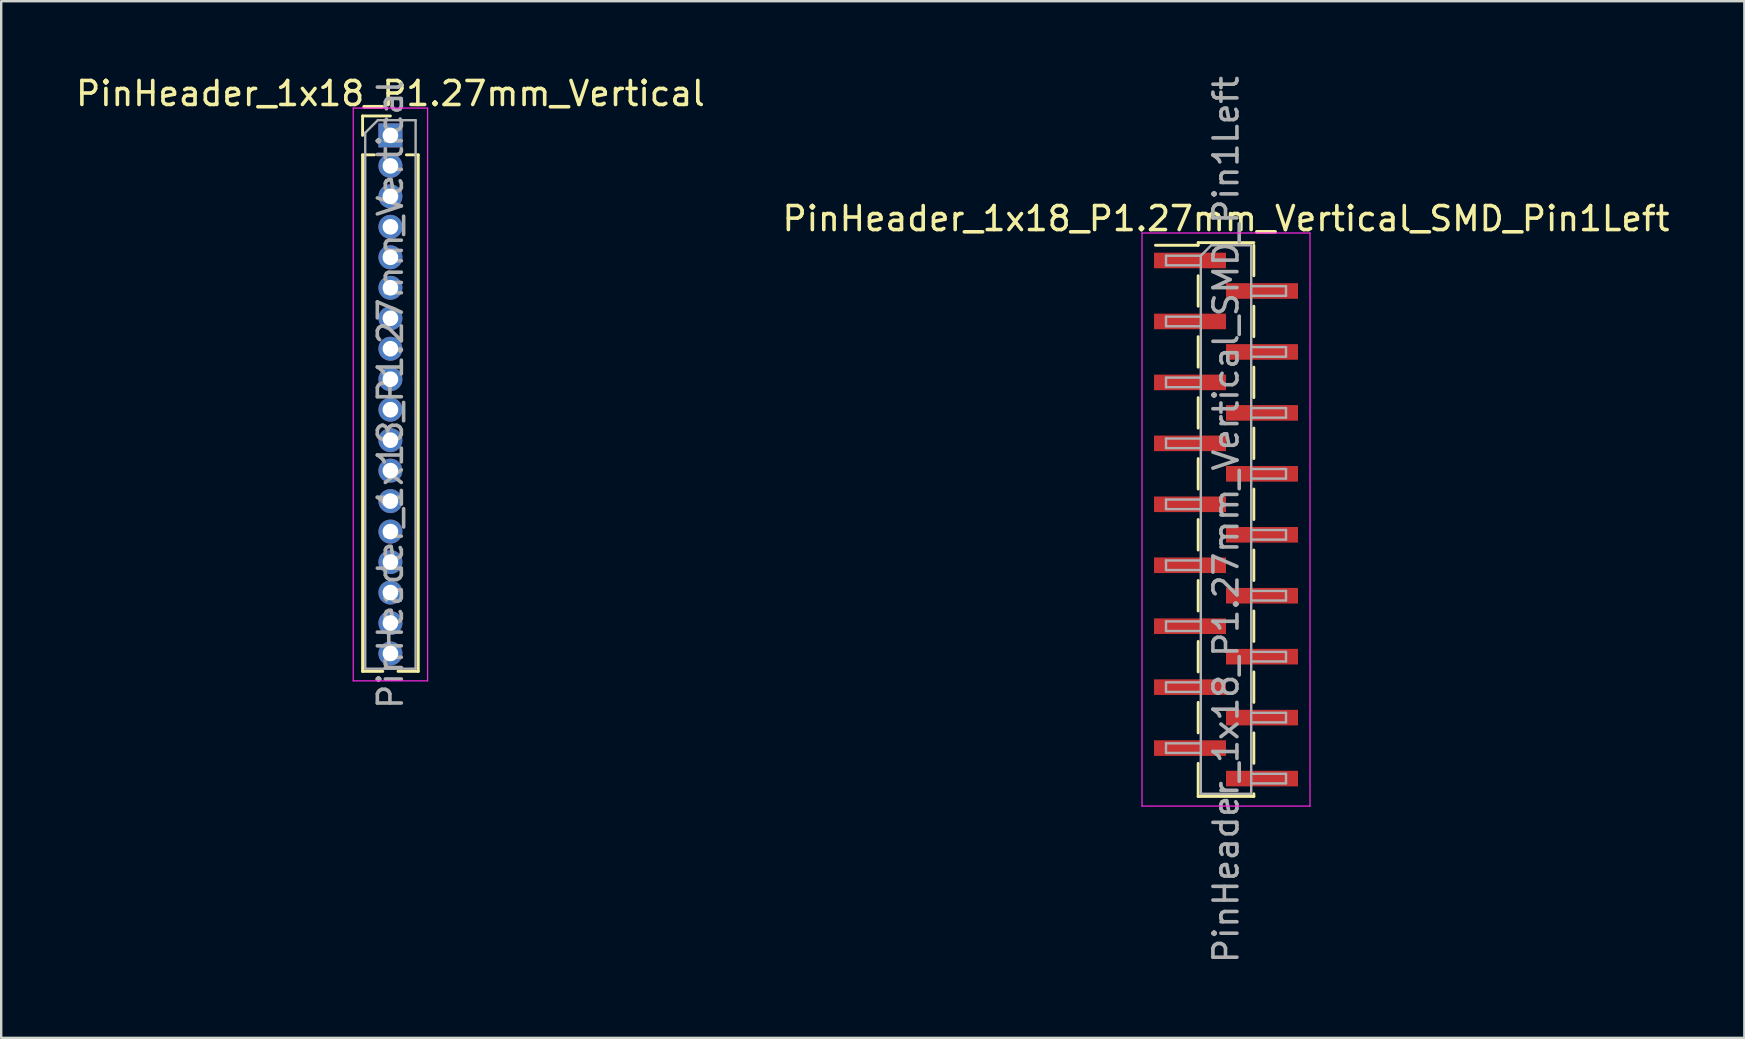
<source format=kicad_pcb>
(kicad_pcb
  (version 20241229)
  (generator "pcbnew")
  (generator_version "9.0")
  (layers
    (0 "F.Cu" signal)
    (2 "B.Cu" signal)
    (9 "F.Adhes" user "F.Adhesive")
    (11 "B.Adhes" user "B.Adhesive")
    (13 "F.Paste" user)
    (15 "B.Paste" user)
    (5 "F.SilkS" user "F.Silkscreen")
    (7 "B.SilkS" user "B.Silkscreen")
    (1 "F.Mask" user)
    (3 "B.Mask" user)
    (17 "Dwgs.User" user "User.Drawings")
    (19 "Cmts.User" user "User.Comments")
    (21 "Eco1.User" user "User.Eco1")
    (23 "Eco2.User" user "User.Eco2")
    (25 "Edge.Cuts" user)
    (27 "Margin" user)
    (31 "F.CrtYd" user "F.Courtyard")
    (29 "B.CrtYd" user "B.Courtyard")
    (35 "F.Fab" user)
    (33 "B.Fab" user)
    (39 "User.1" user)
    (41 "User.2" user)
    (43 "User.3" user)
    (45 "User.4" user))
  (footprint "PinHeader_1x18_P1.27mm_Vertical_SMD_Pin1Left"
    (layer "F.Cu")
    (at 48.042 18.601)
    (property "Reference" "PinHeader_1x18_P1.27mm_Vertical_SMD_Pin1Left" (at 0 -12.54 0) (layer "F.SilkS") (effects (font (size 1 1) (thickness 0.15))))
    (attr smd)
    (fp_line (start -1.16 -11.54) (end -1.16 -11.43) (stroke (width 0.12) (type solid)) (layer "F.SilkS"))
    (fp_line (start -1.16 -11.54) (end 1.16 -11.54) (stroke (width 0.12) (type solid)) (layer "F.SilkS"))
    (fp_line (start -1.16 -11.43) (end -2.94 -11.43) (stroke (width 0.12) (type solid)) (layer "F.SilkS"))
    (fp_line (start -1.16 -10.16) (end -1.16 -8.89) (stroke (width 0.12) (type solid)) (layer "F.SilkS"))
    (fp_line (start -1.16 -7.62) (end -1.16 -6.35) (stroke (width 0.12) (type solid)) (layer "F.SilkS"))
    (fp_line (start -1.16 -5.08) (end -1.16 -3.81) (stroke (width 0.12) (type solid)) (layer "F.SilkS"))
    (fp_line (start -1.16 -2.54) (end -1.16 -1.27) (stroke (width 0.12) (type solid)) (layer "F.SilkS"))
    (fp_line (start -1.16 0) (end -1.16 1.27) (stroke (width 0.12) (type solid)) (layer "F.SilkS"))
    (fp_line (start -1.16 2.54) (end -1.16 3.81) (stroke (width 0.12) (type solid)) (layer "F.SilkS"))
    (fp_line (start -1.16 5.08) (end -1.16 6.35) (stroke (width 0.12) (type solid)) (layer "F.SilkS"))
    (fp_line (start -1.16 7.62) (end -1.16 8.89) (stroke (width 0.12) (type solid)) (layer "F.SilkS"))
    (fp_line (start -1.16 10.16) (end -1.16 11.54) (stroke (width 0.12) (type solid)) (layer "F.SilkS"))
    (fp_line (start -1.16 11.54) (end 1.16 11.54) (stroke (width 0.12) (type solid)) (layer "F.SilkS"))
    (fp_line (start 1.16 -11.43) (end 1.16 -10.16) (stroke (width 0.12) (type solid)) (layer "F.SilkS"))
    (fp_line (start 1.16 -8.89) (end 1.16 -7.62) (stroke (width 0.12) (type solid)) (layer "F.SilkS"))
    (fp_line (start 1.16 -6.35) (end 1.16 -5.08) (stroke (width 0.12) (type solid)) (layer "F.SilkS"))
    (fp_line (start 1.16 -3.81) (end 1.16 -2.54) (stroke (width 0.12) (type solid)) (layer "F.SilkS"))
    (fp_line (start 1.16 -1.27) (end 1.16 0) (stroke (width 0.12) (type solid)) (layer "F.SilkS"))
    (fp_line (start 1.16 1.27) (end 1.16 2.54) (stroke (width 0.12) (type solid)) (layer "F.SilkS"))
    (fp_line (start 1.16 3.81) (end 1.16 5.08) (stroke (width 0.12) (type solid)) (layer "F.SilkS"))
    (fp_line (start 1.16 6.35) (end 1.16 7.62) (stroke (width 0.12) (type solid)) (layer "F.SilkS"))
    (fp_line (start 1.16 8.89) (end 1.16 10.16) (stroke (width 0.12) (type solid)) (layer "F.SilkS"))
    (fp_line (start 1.16 11.43) (end 1.16 11.54) (stroke (width 0.12) (type solid)) (layer "F.SilkS"))
    (fp_line (start -3.5 -11.94) (end -3.5 11.94) (stroke (width 0.05) (type solid)) (layer "F.CrtYd"))
    (fp_line (start -3.5 11.94) (end 3.5 11.94) (stroke (width 0.05) (type solid)) (layer "F.CrtYd"))
    (fp_line (start 3.5 -11.94) (end -3.5 -11.94) (stroke (width 0.05) (type solid)) (layer "F.CrtYd"))
    (fp_line (start 3.5 11.94) (end 3.5 -11.94) (stroke (width 0.05) (type solid)) (layer "F.CrtYd"))
    (fp_line (start -2.5 -10.995) (end -2.5 -10.595) (stroke (width 0.1) (type solid)) (layer "F.Fab"))
    (fp_line (start -2.5 -10.595) (end -1.05 -10.595) (stroke (width 0.1) (type solid)) (layer "F.Fab"))
    (fp_line (start -2.5 -8.455) (end -2.5 -8.055) (stroke (width 0.1) (type solid)) (layer "F.Fab"))
    (fp_line (start -2.5 -8.055) (end -1.05 -8.055) (stroke (width 0.1) (type solid)) (layer "F.Fab"))
    (fp_line (start -2.5 -5.915) (end -2.5 -5.515) (stroke (width 0.1) (type solid)) (layer "F.Fab"))
    (fp_line (start -2.5 -5.515) (end -1.05 -5.515) (stroke (width 0.1) (type solid)) (layer "F.Fab"))
    (fp_line (start -2.5 -3.375) (end -2.5 -2.975) (stroke (width 0.1) (type solid)) (layer "F.Fab"))
    (fp_line (start -2.5 -2.975) (end -1.05 -2.975) (stroke (width 0.1) (type solid)) (layer "F.Fab"))
    (fp_line (start -2.5 -0.835) (end -2.5 -0.435) (stroke (width 0.1) (type solid)) (layer "F.Fab"))
    (fp_line (start -2.5 -0.435) (end -1.05 -0.435) (stroke (width 0.1) (type solid)) (layer "F.Fab"))
    (fp_line (start -2.5 1.705) (end -2.5 2.105) (stroke (width 0.1) (type solid)) (layer "F.Fab"))
    (fp_line (start -2.5 2.105) (end -1.05 2.105) (stroke (width 0.1) (type solid)) (layer "F.Fab"))
    (fp_line (start -2.5 4.245) (end -2.5 4.645) (stroke (width 0.1) (type solid)) (layer "F.Fab"))
    (fp_line (start -2.5 4.645) (end -1.05 4.645) (stroke (width 0.1) (type solid)) (layer "F.Fab"))
    (fp_line (start -2.5 6.785) (end -2.5 7.185) (stroke (width 0.1) (type solid)) (layer "F.Fab"))
    (fp_line (start -2.5 7.185) (end -1.05 7.185) (stroke (width 0.1) (type solid)) (layer "F.Fab"))
    (fp_line (start -2.5 9.325) (end -2.5 9.725) (stroke (width 0.1) (type solid)) (layer "F.Fab"))
    (fp_line (start -2.5 9.725) (end -1.05 9.725) (stroke (width 0.1) (type solid)) (layer "F.Fab"))
    (fp_line (start -1.05 -10.995) (end -2.5 -10.995) (stroke (width 0.1) (type solid)) (layer "F.Fab"))
    (fp_line (start -1.05 -10.995) (end -0.615 -11.43) (stroke (width 0.1) (type solid)) (layer "F.Fab"))
    (fp_line (start -1.05 -8.455) (end -2.5 -8.455) (stroke (width 0.1) (type solid)) (layer "F.Fab"))
    (fp_line (start -1.05 -5.915) (end -2.5 -5.915) (stroke (width 0.1) (type solid)) (layer "F.Fab"))
    (fp_line (start -1.05 -3.375) (end -2.5 -3.375) (stroke (width 0.1) (type solid)) (layer "F.Fab"))
    (fp_line (start -1.05 -0.835) (end -2.5 -0.835) (stroke (width 0.1) (type solid)) (layer "F.Fab"))
    (fp_line (start -1.05 1.705) (end -2.5 1.705) (stroke (width 0.1) (type solid)) (layer "F.Fab"))
    (fp_line (start -1.05 4.245) (end -2.5 4.245) (stroke (width 0.1) (type solid)) (layer "F.Fab"))
    (fp_line (start -1.05 6.785) (end -2.5 6.785) (stroke (width 0.1) (type solid)) (layer "F.Fab"))
    (fp_line (start -1.05 9.325) (end -2.5 9.325) (stroke (width 0.1) (type solid)) (layer "F.Fab"))
    (fp_line (start -1.05 11.43) (end -1.05 -10.995) (stroke (width 0.1) (type solid)) (layer "F.Fab"))
    (fp_line (start -0.615 -11.43) (end 1.05 -11.43) (stroke (width 0.1) (type solid)) (layer "F.Fab"))
    (fp_line (start 1.05 -11.43) (end 1.05 11.43) (stroke (width 0.1) (type solid)) (layer "F.Fab"))
    (fp_line (start 1.05 -9.725) (end 2.5 -9.725) (stroke (width 0.1) (type solid)) (layer "F.Fab"))
    (fp_line (start 1.05 -7.185) (end 2.5 -7.185) (stroke (width 0.1) (type solid)) (layer "F.Fab"))
    (fp_line (start 1.05 -4.645) (end 2.5 -4.645) (stroke (width 0.1) (type solid)) (layer "F.Fab"))
    (fp_line (start 1.05 -2.105) (end 2.5 -2.105) (stroke (width 0.1) (type solid)) (layer "F.Fab"))
    (fp_line (start 1.05 0.435) (end 2.5 0.435) (stroke (width 0.1) (type solid)) (layer "F.Fab"))
    (fp_line (start 1.05 2.975) (end 2.5 2.975) (stroke (width 0.1) (type solid)) (layer "F.Fab"))
    (fp_line (start 1.05 5.515) (end 2.5 5.515) (stroke (width 0.1) (type solid)) (layer "F.Fab"))
    (fp_line (start 1.05 8.055) (end 2.5 8.055) (stroke (width 0.1) (type solid)) (layer "F.Fab"))
    (fp_line (start 1.05 10.595) (end 2.5 10.595) (stroke (width 0.1) (type solid)) (layer "F.Fab"))
    (fp_line (start 1.05 11.43) (end -1.05 11.43) (stroke (width 0.1) (type solid)) (layer "F.Fab"))
    (fp_line (start 2.5 -9.725) (end 2.5 -9.325) (stroke (width 0.1) (type solid)) (layer "F.Fab"))
    (fp_line (start 2.5 -9.325) (end 1.05 -9.325) (stroke (width 0.1) (type solid)) (layer "F.Fab"))
    (fp_line (start 2.5 -7.185) (end 2.5 -6.785) (stroke (width 0.1) (type solid)) (layer "F.Fab"))
    (fp_line (start 2.5 -6.785) (end 1.05 -6.785) (stroke (width 0.1) (type solid)) (layer "F.Fab"))
    (fp_line (start 2.5 -4.645) (end 2.5 -4.245) (stroke (width 0.1) (type solid)) (layer "F.Fab"))
    (fp_line (start 2.5 -4.245) (end 1.05 -4.245) (stroke (width 0.1) (type solid)) (layer "F.Fab"))
    (fp_line (start 2.5 -2.105) (end 2.5 -1.705) (stroke (width 0.1) (type solid)) (layer "F.Fab"))
    (fp_line (start 2.5 -1.705) (end 1.05 -1.705) (stroke (width 0.1) (type solid)) (layer "F.Fab"))
    (fp_line (start 2.5 0.435) (end 2.5 0.835) (stroke (width 0.1) (type solid)) (layer "F.Fab"))
    (fp_line (start 2.5 0.835) (end 1.05 0.835) (stroke (width 0.1) (type solid)) (layer "F.Fab"))
    (fp_line (start 2.5 2.975) (end 2.5 3.375) (stroke (width 0.1) (type solid)) (layer "F.Fab"))
    (fp_line (start 2.5 3.375) (end 1.05 3.375) (stroke (width 0.1) (type solid)) (layer "F.Fab"))
    (fp_line (start 2.5 5.515) (end 2.5 5.915) (stroke (width 0.1) (type solid)) (layer "F.Fab"))
    (fp_line (start 2.5 5.915) (end 1.05 5.915) (stroke (width 0.1) (type solid)) (layer "F.Fab"))
    (fp_line (start 2.5 8.055) (end 2.5 8.455) (stroke (width 0.1) (type solid)) (layer "F.Fab"))
    (fp_line (start 2.5 8.455) (end 1.05 8.455) (stroke (width 0.1) (type solid)) (layer "F.Fab"))
    (fp_line (start 2.5 10.595) (end 2.5 10.995) (stroke (width 0.1) (type solid)) (layer "F.Fab"))
    (fp_line (start 2.5 10.995) (end 1.05 10.995) (stroke (width 0.1) (type solid)) (layer "F.Fab"))
    (fp_text user "${REFERENCE}" (at 0 0 90) (layer "F.Fab") (effects (font (size 1 1) (thickness 0.15))))
    (pad "1" smd rect (at -1.5 -10.795) (size 3 0.65) (layers "F.Cu" "F.Mask" "F.Paste"))
    (pad "2" smd rect (at 1.5 -9.525) (size 3 0.65) (layers "F.Cu" "F.Mask" "F.Paste"))
    (pad "3" smd rect (at -1.5 -8.255) (size 3 0.65) (layers "F.Cu" "F.Mask" "F.Paste"))
    (pad "4" smd rect (at 1.5 -6.985) (size 3 0.65) (layers "F.Cu" "F.Mask" "F.Paste"))
    (pad "5" smd rect (at -1.5 -5.715) (size 3 0.65) (layers "F.Cu" "F.Mask" "F.Paste"))
    (pad "6" smd rect (at 1.5 -4.445) (size 3 0.65) (layers "F.Cu" "F.Mask" "F.Paste"))
    (pad "7" smd rect (at -1.5 -3.175) (size 3 0.65) (layers "F.Cu" "F.Mask" "F.Paste"))
    (pad "8" smd rect (at 1.5 -1.905) (size 3 0.65) (layers "F.Cu" "F.Mask" "F.Paste"))
    (pad "9" smd rect (at -1.5 -0.635) (size 3 0.65) (layers "F.Cu" "F.Mask" "F.Paste"))
    (pad "10" smd rect (at 1.5 0.635) (size 3 0.65) (layers "F.Cu" "F.Mask" "F.Paste"))
    (pad "11" smd rect (at -1.5 1.905) (size 3 0.65) (layers "F.Cu" "F.Mask" "F.Paste"))
    (pad "12" smd rect (at 1.5 3.175) (size 3 0.65) (layers "F.Cu" "F.Mask" "F.Paste"))
    (pad "13" smd rect (at -1.5 4.445) (size 3 0.65) (layers "F.Cu" "F.Mask" "F.Paste"))
    (pad "14" smd rect (at 1.5 5.715) (size 3 0.65) (layers "F.Cu" "F.Mask" "F.Paste"))
    (pad "15" smd rect (at -1.5 6.985) (size 3 0.65) (layers "F.Cu" "F.Mask" "F.Paste"))
    (pad "16" smd rect (at 1.5 8.255) (size 3 0.65) (layers "F.Cu" "F.Mask" "F.Paste"))
    (pad "17" smd rect (at -1.5 9.525) (size 3 0.65) (layers "F.Cu" "F.Mask" "F.Paste"))
    (pad "18" smd rect (at 1.5 10.795) (size 3 0.65) (layers "F.Cu" "F.Mask" "F.Paste")))
  (footprint "PinHeader_1x18_P1.27mm_Vertical"
    (layer "F.Cu")
    (at 13.22 2.593)
    (property "Reference" "PinHeader_1x18_P1.27mm_Vertical" (at 0 -1.745 0) (layer "F.SilkS") (effects (font (size 1 1) (thickness 0.15))))
    (attr through_hole)
    (fp_line (start -1.16 -0.81) (end 0 -0.81) (stroke (width 0.12) (type solid)) (layer "F.SilkS"))
    (fp_line (start -1.16 0) (end -1.16 -0.81) (stroke (width 0.12) (type solid)) (layer "F.SilkS"))
    (fp_line (start -1.16 0.81) (end -1.16 22.335) (stroke (width 0.12) (type solid)) (layer "F.SilkS"))
    (fp_line (start -1.16 0.81) (end -0.667 0.81) (stroke (width 0.12) (type solid)) (layer "F.SilkS"))
    (fp_line (start -1.16 22.335) (end -0.318 22.335) (stroke (width 0.12) (type solid)) (layer "F.SilkS"))
    (fp_line (start 0.318 22.335) (end 1.16 22.335) (stroke (width 0.12) (type solid)) (layer "F.SilkS"))
    (fp_line (start 0.667 0.81) (end 1.16 0.81) (stroke (width 0.12) (type solid)) (layer "F.SilkS"))
    (fp_line (start 1.16 0.81) (end 1.16 22.335) (stroke (width 0.12) (type solid)) (layer "F.SilkS"))
    (fp_line (start -1.55 -1.14) (end -1.55 22.73) (stroke (width 0.05) (type solid)) (layer "F.CrtYd"))
    (fp_line (start -1.55 22.73) (end 1.55 22.73) (stroke (width 0.05) (type solid)) (layer "F.CrtYd"))
    (fp_line (start 1.55 -1.14) (end -1.55 -1.14) (stroke (width 0.05) (type solid)) (layer "F.CrtYd"))
    (fp_line (start 1.55 22.73) (end 1.55 -1.14) (stroke (width 0.05) (type solid)) (layer "F.CrtYd"))
    (fp_line (start -1.05 -0.11) (end -0.525 -0.635) (stroke (width 0.1) (type solid)) (layer "F.Fab"))
    (fp_line (start -1.05 22.225) (end -1.05 -0.11) (stroke (width 0.1) (type solid)) (layer "F.Fab"))
    (fp_line (start -0.525 -0.635) (end 1.05 -0.635) (stroke (width 0.1) (type solid)) (layer "F.Fab"))
    (fp_line (start 1.05 -0.635) (end 1.05 22.225) (stroke (width 0.1) (type solid)) (layer "F.Fab"))
    (fp_line (start 1.05 22.225) (end -1.05 22.225) (stroke (width 0.1) (type solid)) (layer "F.Fab"))
    (fp_text user "${REFERENCE}" (at 0 10.795 90) (layer "F.Fab") (effects (font (size 1 1) (thickness 0.15))))
    (pad "1" thru_hole rect (at 0 0) (size 1 1) (drill 0.65) (layers "*.Cu" "*.Mask"))
    (pad "2" thru_hole circle (at 0 1.27) (size 1 1) (drill 0.65) (layers "*.Cu" "*.Mask"))
    (pad "3" thru_hole circle (at 0 2.54) (size 1 1) (drill 0.65) (layers "*.Cu" "*.Mask"))
    (pad "4" thru_hole circle (at 0 3.81) (size 1 1) (drill 0.65) (layers "*.Cu" "*.Mask"))
    (pad "5" thru_hole circle (at 0 5.08) (size 1 1) (drill 0.65) (layers "*.Cu" "*.Mask"))
    (pad "6" thru_hole circle (at 0 6.35) (size 1 1) (drill 0.65) (layers "*.Cu" "*.Mask"))
    (pad "7" thru_hole circle (at 0 7.62) (size 1 1) (drill 0.65) (layers "*.Cu" "*.Mask"))
    (pad "8" thru_hole circle (at 0 8.89) (size 1 1) (drill 0.65) (layers "*.Cu" "*.Mask"))
    (pad "9" thru_hole circle (at 0 10.16) (size 1 1) (drill 0.65) (layers "*.Cu" "*.Mask"))
    (pad "10" thru_hole circle (at 0 11.43) (size 1 1) (drill 0.65) (layers "*.Cu" "*.Mask"))
    (pad "11" thru_hole circle (at 0 12.7) (size 1 1) (drill 0.65) (layers "*.Cu" "*.Mask"))
    (pad "12" thru_hole circle (at 0 13.97) (size 1 1) (drill 0.65) (layers "*.Cu" "*.Mask"))
    (pad "13" thru_hole circle (at 0 15.24) (size 1 1) (drill 0.65) (layers "*.Cu" "*.Mask"))
    (pad "14" thru_hole circle (at 0 16.51) (size 1 1) (drill 0.65) (layers "*.Cu" "*.Mask"))
    (pad "15" thru_hole circle (at 0 17.78) (size 1 1) (drill 0.65) (layers "*.Cu" "*.Mask"))
    (pad "16" thru_hole circle (at 0 19.05) (size 1 1) (drill 0.65) (layers "*.Cu" "*.Mask"))
    (pad "17" thru_hole circle (at 0 20.32) (size 1 1) (drill 0.65) (layers "*.Cu" "*.Mask"))
    (pad "18" thru_hole circle (at 0 21.59) (size 1 1) (drill 0.65) (layers "*.Cu" "*.Mask")))
  (gr_rect
    (start -3 -3)
    (end 69.643 40.202)
    (stroke (width 0.1) (type default))
    (fill no)
    (layer "Edge.Cuts")))
</source>
